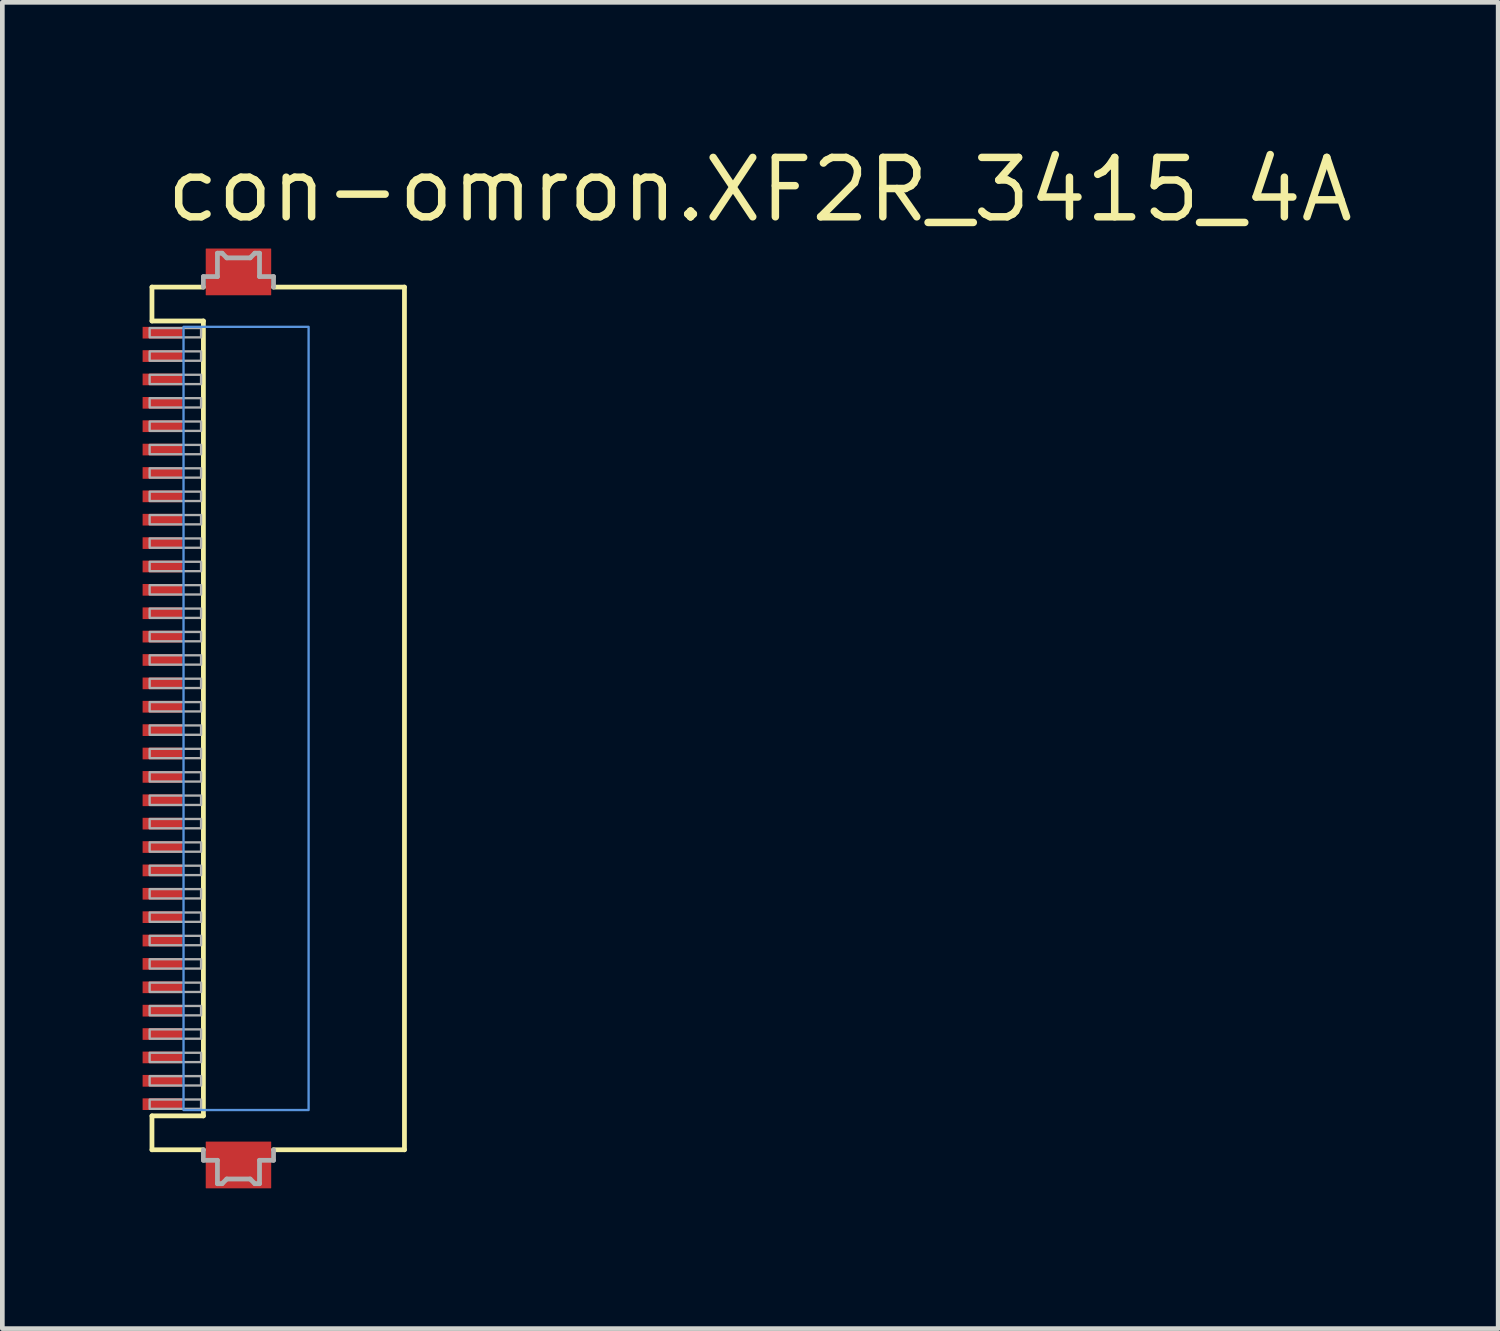
<source format=kicad_pcb>
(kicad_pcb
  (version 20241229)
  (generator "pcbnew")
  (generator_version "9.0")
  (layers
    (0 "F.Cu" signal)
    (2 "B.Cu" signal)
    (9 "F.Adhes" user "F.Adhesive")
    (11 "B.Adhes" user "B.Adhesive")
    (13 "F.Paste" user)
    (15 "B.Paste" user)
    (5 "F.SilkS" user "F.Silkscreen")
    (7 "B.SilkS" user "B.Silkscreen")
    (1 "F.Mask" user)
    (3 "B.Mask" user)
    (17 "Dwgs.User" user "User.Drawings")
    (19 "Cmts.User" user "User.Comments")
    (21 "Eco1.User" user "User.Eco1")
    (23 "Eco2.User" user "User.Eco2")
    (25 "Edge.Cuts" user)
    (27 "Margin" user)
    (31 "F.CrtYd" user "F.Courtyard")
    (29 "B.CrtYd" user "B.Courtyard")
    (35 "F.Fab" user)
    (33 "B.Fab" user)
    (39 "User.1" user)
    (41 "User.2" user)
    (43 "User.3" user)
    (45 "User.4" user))
  (footprint "con-omron.XF2R_3415_4A"
    (layer "F.Cu")
    (at 2.965 12.315)
    (property "Reference" "con-omron.XF2R_3415_4A" (at -2.54 -10.565 0) (layer "F.SilkS") (effects (font (size 1.27 1.27) (thickness 0.16)) (justify left bottom)))
    (attr smd)
    (fp_line (start -2.765 -9.225) (end -2.765 -8.5) (stroke (width 0.102) (type default)) (layer "F.SilkS"))
    (fp_line (start -2.765 -9.225) (end -1.665 -9.225) (stroke (width 0.102) (type default)) (layer "F.SilkS"))
    (fp_line (start -2.765 -8.5) (end -1.665 -8.5) (stroke (width 0.102) (type default)) (layer "F.SilkS"))
    (fp_line (start -2.765 8.5) (end -2.765 9.225) (stroke (width 0.102) (type default)) (layer "F.SilkS"))
    (fp_line (start -2.765 9.225) (end -1.665 9.225) (stroke (width 0.102) (type default)) (layer "F.SilkS"))
    (fp_line (start -1.665 -8.5) (end -1.665 8.5) (stroke (width 0.102) (type default)) (layer "F.SilkS"))
    (fp_line (start -1.665 8.5) (end -2.765 8.5) (stroke (width 0.102) (type default)) (layer "F.SilkS"))
    (fp_line (start -0.165 9.225) (end 2.635 9.225) (stroke (width 0.102) (type default)) (layer "F.SilkS"))
    (fp_line (start 2.635 -9.225) (end -0.165 -9.225) (stroke (width 0.102) (type default)) (layer "F.SilkS"))
    (fp_line (start 2.635 9.225) (end 2.635 -9.225) (stroke (width 0.102) (type default)) (layer "F.SilkS"))
    (fp_rect (start -2.09 8.375) (end 0.585 -8.375) (stroke (width 0.05) (type default)) (fill no) (layer "Cmts.User"))
    (fp_line (start -1.665 -9.45) (end -1.665 -9.225) (stroke (width 0.102) (type default)) (layer "F.Fab"))
    (fp_line (start -1.665 9.225) (end -1.665 9.45) (stroke (width 0.102) (type default)) (layer "F.Fab"))
    (fp_line (start -1.665 9.45) (end -1.365 9.45) (stroke (width 0.102) (type default)) (layer "F.Fab"))
    (fp_line (start -1.365 -9.95) (end -1.365 -9.45) (stroke (width 0.102) (type default)) (layer "F.Fab"))
    (fp_line (start -1.365 -9.45) (end -1.665 -9.45) (stroke (width 0.102) (type default)) (layer "F.Fab"))
    (fp_line (start -1.365 9.45) (end -1.365 9.95) (stroke (width 0.102) (type default)) (layer "F.Fab"))
    (fp_line (start -1.365 9.95) (end -1.265 9.95) (stroke (width 0.102) (type default)) (layer "F.Fab"))
    (fp_line (start -1.265 -9.95) (end -1.365 -9.95) (stroke (width 0.102) (type default)) (layer "F.Fab"))
    (fp_line (start -1.265 9.95) (end -1.165 9.85) (stroke (width 0.102) (type default)) (layer "F.Fab"))
    (fp_line (start -1.165 -9.85) (end -1.265 -9.95) (stroke (width 0.102) (type default)) (layer "F.Fab"))
    (fp_line (start -1.165 9.85) (end -0.665 9.85) (stroke (width 0.102) (type default)) (layer "F.Fab"))
    (fp_line (start -0.665 -9.85) (end -1.165 -9.85) (stroke (width 0.102) (type default)) (layer "F.Fab"))
    (fp_line (start -0.665 9.85) (end -0.565 9.95) (stroke (width 0.102) (type default)) (layer "F.Fab"))
    (fp_line (start -0.565 -9.95) (end -0.665 -9.85) (stroke (width 0.102) (type default)) (layer "F.Fab"))
    (fp_line (start -0.565 9.95) (end -0.465 9.95) (stroke (width 0.102) (type default)) (layer "F.Fab"))
    (fp_line (start -0.465 -9.95) (end -0.565 -9.95) (stroke (width 0.102) (type default)) (layer "F.Fab"))
    (fp_line (start -0.465 -9.45) (end -0.465 -9.95) (stroke (width 0.102) (type default)) (layer "F.Fab"))
    (fp_line (start -0.465 9.45) (end -0.165 9.45) (stroke (width 0.102) (type default)) (layer "F.Fab"))
    (fp_line (start -0.465 9.95) (end -0.465 9.45) (stroke (width 0.102) (type default)) (layer "F.Fab"))
    (fp_line (start -0.165 -9.45) (end -0.465 -9.45) (stroke (width 0.102) (type default)) (layer "F.Fab"))
    (fp_line (start -0.165 -9.225) (end -0.165 -9.45) (stroke (width 0.102) (type default)) (layer "F.Fab"))
    (fp_line (start -0.165 9.45) (end -0.165 9.225) (stroke (width 0.102) (type default)) (layer "F.Fab"))
    (fp_rect (start -2.815 -8.15) (end -1.715 -8.35) (stroke (width 0.05) (type default)) (fill no) (layer "F.Fab"))
    (fp_rect (start -2.815 -7.65) (end -1.715 -7.85) (stroke (width 0.05) (type default)) (fill no) (layer "F.Fab"))
    (fp_rect (start -2.815 -7.15) (end -1.715 -7.35) (stroke (width 0.05) (type default)) (fill no) (layer "F.Fab"))
    (fp_rect (start -2.815 -6.65) (end -1.715 -6.85) (stroke (width 0.05) (type default)) (fill no) (layer "F.Fab"))
    (fp_rect (start -2.815 -6.15) (end -1.715 -6.35) (stroke (width 0.05) (type default)) (fill no) (layer "F.Fab"))
    (fp_rect (start -2.815 -5.65) (end -1.715 -5.85) (stroke (width 0.05) (type default)) (fill no) (layer "F.Fab"))
    (fp_rect (start -2.815 -5.15) (end -1.715 -5.35) (stroke (width 0.05) (type default)) (fill no) (layer "F.Fab"))
    (fp_rect (start -2.815 -4.65) (end -1.715 -4.85) (stroke (width 0.05) (type default)) (fill no) (layer "F.Fab"))
    (fp_rect (start -2.815 -4.15) (end -1.715 -4.35) (stroke (width 0.05) (type default)) (fill no) (layer "F.Fab"))
    (fp_rect (start -2.815 -3.65) (end -1.715 -3.85) (stroke (width 0.05) (type default)) (fill no) (layer "F.Fab"))
    (fp_rect (start -2.815 -3.15) (end -1.715 -3.35) (stroke (width 0.05) (type default)) (fill no) (layer "F.Fab"))
    (fp_rect (start -2.815 -2.65) (end -1.715 -2.85) (stroke (width 0.05) (type default)) (fill no) (layer "F.Fab"))
    (fp_rect (start -2.815 -2.15) (end -1.715 -2.35) (stroke (width 0.05) (type default)) (fill no) (layer "F.Fab"))
    (fp_rect (start -2.815 -1.65) (end -1.715 -1.85) (stroke (width 0.05) (type default)) (fill no) (layer "F.Fab"))
    (fp_rect (start -2.815 -1.15) (end -1.715 -1.35) (stroke (width 0.05) (type default)) (fill no) (layer "F.Fab"))
    (fp_rect (start -2.815 -0.65) (end -1.715 -0.85) (stroke (width 0.05) (type default)) (fill no) (layer "F.Fab"))
    (fp_rect (start -2.815 -0.15) (end -1.715 -0.35) (stroke (width 0.05) (type default)) (fill no) (layer "F.Fab"))
    (fp_rect (start -2.815 0.35) (end -1.715 0.15) (stroke (width 0.05) (type default)) (fill no) (layer "F.Fab"))
    (fp_rect (start -2.815 0.85) (end -1.715 0.65) (stroke (width 0.05) (type default)) (fill no) (layer "F.Fab"))
    (fp_rect (start -2.815 1.35) (end -1.715 1.15) (stroke (width 0.05) (type default)) (fill no) (layer "F.Fab"))
    (fp_rect (start -2.815 1.85) (end -1.715 1.65) (stroke (width 0.05) (type default)) (fill no) (layer "F.Fab"))
    (fp_rect (start -2.815 2.35) (end -1.715 2.15) (stroke (width 0.05) (type default)) (fill no) (layer "F.Fab"))
    (fp_rect (start -2.815 2.85) (end -1.715 2.65) (stroke (width 0.05) (type default)) (fill no) (layer "F.Fab"))
    (fp_rect (start -2.815 3.35) (end -1.715 3.15) (stroke (width 0.05) (type default)) (fill no) (layer "F.Fab"))
    (fp_rect (start -2.815 3.85) (end -1.715 3.65) (stroke (width 0.05) (type default)) (fill no) (layer "F.Fab"))
    (fp_rect (start -2.815 4.35) (end -1.715 4.15) (stroke (width 0.05) (type default)) (fill no) (layer "F.Fab"))
    (fp_rect (start -2.815 4.85) (end -1.715 4.65) (stroke (width 0.05) (type default)) (fill no) (layer "F.Fab"))
    (fp_rect (start -2.815 5.35) (end -1.715 5.15) (stroke (width 0.05) (type default)) (fill no) (layer "F.Fab"))
    (fp_rect (start -2.815 5.85) (end -1.715 5.65) (stroke (width 0.05) (type default)) (fill no) (layer "F.Fab"))
    (fp_rect (start -2.815 6.35) (end -1.715 6.15) (stroke (width 0.05) (type default)) (fill no) (layer "F.Fab"))
    (fp_rect (start -2.815 6.85) (end -1.715 6.65) (stroke (width 0.05) (type default)) (fill no) (layer "F.Fab"))
    (fp_rect (start -2.815 7.35) (end -1.715 7.15) (stroke (width 0.05) (type default)) (fill no) (layer "F.Fab"))
    (fp_rect (start -2.815 7.85) (end -1.715 7.65) (stroke (width 0.05) (type default)) (fill no) (layer "F.Fab"))
    (fp_rect (start -2.815 8.35) (end -1.715 8.15) (stroke (width 0.05) (type default)) (fill no) (layer "F.Fab"))
    (pad "1" smd roundrect (at -2.54 -8.25) (size 0.85 0.25) (layers "F.Cu" "F.Mask" "F.Paste") (roundrect_rratio 0.01))
    (pad "2" smd roundrect (at -2.54 -7.75) (size 0.85 0.25) (layers "F.Cu" "F.Mask" "F.Paste") (roundrect_rratio 0.01))
    (pad "3" smd roundrect (at -2.54 -7.25) (size 0.85 0.25) (layers "F.Cu" "F.Mask" "F.Paste") (roundrect_rratio 0.01))
    (pad "4" smd roundrect (at -2.54 -6.75) (size 0.85 0.25) (layers "F.Cu" "F.Mask" "F.Paste") (roundrect_rratio 0.01))
    (pad "5" smd roundrect (at -2.54 -6.25) (size 0.85 0.25) (layers "F.Cu" "F.Mask" "F.Paste") (roundrect_rratio 0.01))
    (pad "6" smd roundrect (at -2.54 -5.75) (size 0.85 0.25) (layers "F.Cu" "F.Mask" "F.Paste") (roundrect_rratio 0.01))
    (pad "7" smd roundrect (at -2.54 -5.25) (size 0.85 0.25) (layers "F.Cu" "F.Mask" "F.Paste") (roundrect_rratio 0.01))
    (pad "8" smd roundrect (at -2.54 -4.75) (size 0.85 0.25) (layers "F.Cu" "F.Mask" "F.Paste") (roundrect_rratio 0.01))
    (pad "9" smd roundrect (at -2.54 -4.25) (size 0.85 0.25) (layers "F.Cu" "F.Mask" "F.Paste") (roundrect_rratio 0.01))
    (pad "10" smd roundrect (at -2.54 -3.75) (size 0.85 0.25) (layers "F.Cu" "F.Mask" "F.Paste") (roundrect_rratio 0.01))
    (pad "11" smd roundrect (at -2.54 -3.25) (size 0.85 0.25) (layers "F.Cu" "F.Mask" "F.Paste") (roundrect_rratio 0.01))
    (pad "12" smd roundrect (at -2.54 -2.75) (size 0.85 0.25) (layers "F.Cu" "F.Mask" "F.Paste") (roundrect_rratio 0.01))
    (pad "13" smd roundrect (at -2.54 -2.25) (size 0.85 0.25) (layers "F.Cu" "F.Mask" "F.Paste") (roundrect_rratio 0.01))
    (pad "14" smd roundrect (at -2.54 -1.75) (size 0.85 0.25) (layers "F.Cu" "F.Mask" "F.Paste") (roundrect_rratio 0.01))
    (pad "15" smd roundrect (at -2.54 -1.25) (size 0.85 0.25) (layers "F.Cu" "F.Mask" "F.Paste") (roundrect_rratio 0.01))
    (pad "16" smd roundrect (at -2.54 -0.75) (size 0.85 0.25) (layers "F.Cu" "F.Mask" "F.Paste") (roundrect_rratio 0.01))
    (pad "17" smd roundrect (at -2.54 -0.25) (size 0.85 0.25) (layers "F.Cu" "F.Mask" "F.Paste") (roundrect_rratio 0.01))
    (pad "18" smd roundrect (at -2.54 0.25) (size 0.85 0.25) (layers "F.Cu" "F.Mask" "F.Paste") (roundrect_rratio 0.01))
    (pad "19" smd roundrect (at -2.54 0.75) (size 0.85 0.25) (layers "F.Cu" "F.Mask" "F.Paste") (roundrect_rratio 0.01))
    (pad "20" smd roundrect (at -2.54 1.25) (size 0.85 0.25) (layers "F.Cu" "F.Mask" "F.Paste") (roundrect_rratio 0.01))
    (pad "21" smd roundrect (at -2.54 1.75) (size 0.85 0.25) (layers "F.Cu" "F.Mask" "F.Paste") (roundrect_rratio 0.01))
    (pad "22" smd roundrect (at -2.54 2.25) (size 0.85 0.25) (layers "F.Cu" "F.Mask" "F.Paste") (roundrect_rratio 0.01))
    (pad "23" smd roundrect (at -2.54 2.75) (size 0.85 0.25) (layers "F.Cu" "F.Mask" "F.Paste") (roundrect_rratio 0.01))
    (pad "24" smd roundrect (at -2.54 3.25) (size 0.85 0.25) (layers "F.Cu" "F.Mask" "F.Paste") (roundrect_rratio 0.01))
    (pad "25" smd roundrect (at -2.54 3.75) (size 0.85 0.25) (layers "F.Cu" "F.Mask" "F.Paste") (roundrect_rratio 0.01))
    (pad "26" smd roundrect (at -2.54 4.25) (size 0.85 0.25) (layers "F.Cu" "F.Mask" "F.Paste") (roundrect_rratio 0.01))
    (pad "27" smd roundrect (at -2.54 4.75) (size 0.85 0.25) (layers "F.Cu" "F.Mask" "F.Paste") (roundrect_rratio 0.01))
    (pad "28" smd roundrect (at -2.54 5.25) (size 0.85 0.25) (layers "F.Cu" "F.Mask" "F.Paste") (roundrect_rratio 0.01))
    (pad "29" smd roundrect (at -2.54 5.75) (size 0.85 0.25) (layers "F.Cu" "F.Mask" "F.Paste") (roundrect_rratio 0.01))
    (pad "30" smd roundrect (at -2.54 6.25) (size 0.85 0.25) (layers "F.Cu" "F.Mask" "F.Paste") (roundrect_rratio 0.01))
    (pad "31" smd roundrect (at -2.54 6.75) (size 0.85 0.25) (layers "F.Cu" "F.Mask" "F.Paste") (roundrect_rratio 0.01))
    (pad "32" smd roundrect (at -2.54 7.25) (size 0.85 0.25) (layers "F.Cu" "F.Mask" "F.Paste") (roundrect_rratio 0.01))
    (pad "33" smd roundrect (at -2.54 7.75) (size 0.85 0.25) (layers "F.Cu" "F.Mask" "F.Paste") (roundrect_rratio 0.01))
    (pad "34" smd roundrect (at -2.54 8.25) (size 0.85 0.25) (layers "F.Cu" "F.Mask" "F.Paste") (roundrect_rratio 0.01))
    (pad "M1" smd roundrect (at -0.915 -9.55 180) (size 1.4 1) (layers "F.Cu" "F.Mask" "F.Paste") (roundrect_rratio 0.01))
    (pad "M2" smd roundrect (at -0.915 9.55 180) (size 1.4 1) (layers "F.Cu" "F.Mask" "F.Paste") (roundrect_rratio 0.01)))
  (gr_rect
    (start -3 -3)
    (end 28.991 25.365)
    (stroke (width 0.1) (type default))
    (fill no)
    (layer "Edge.Cuts")))
</source>
